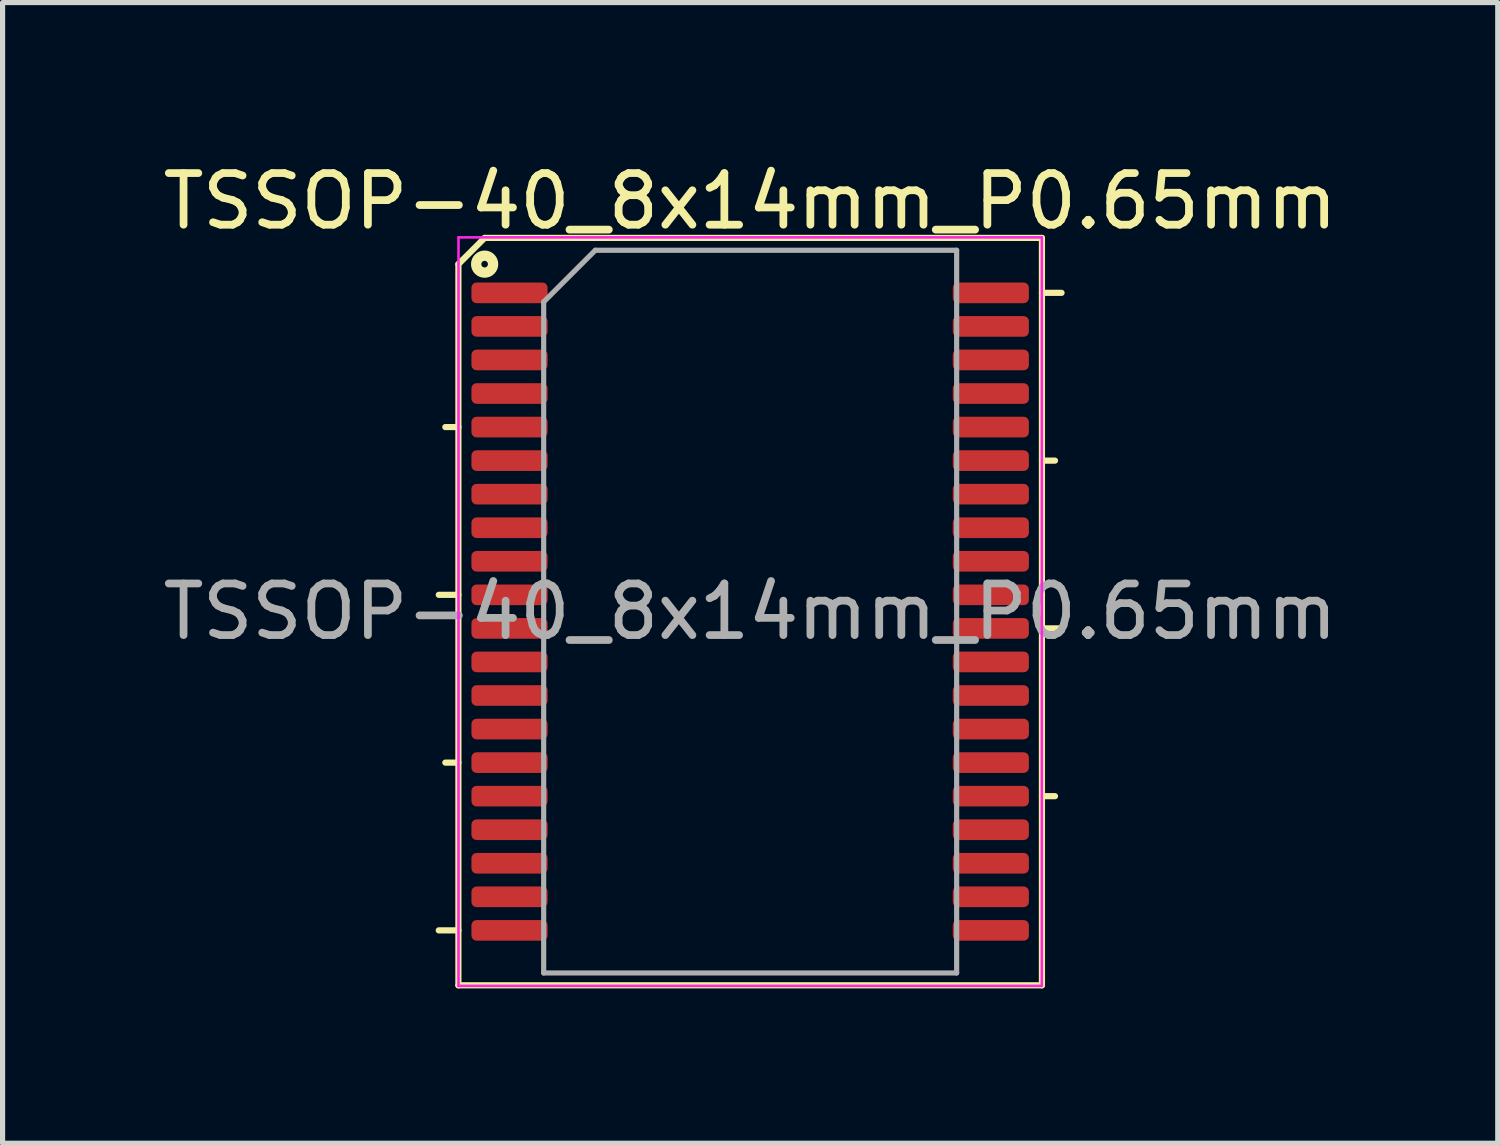
<source format=kicad_pcb>
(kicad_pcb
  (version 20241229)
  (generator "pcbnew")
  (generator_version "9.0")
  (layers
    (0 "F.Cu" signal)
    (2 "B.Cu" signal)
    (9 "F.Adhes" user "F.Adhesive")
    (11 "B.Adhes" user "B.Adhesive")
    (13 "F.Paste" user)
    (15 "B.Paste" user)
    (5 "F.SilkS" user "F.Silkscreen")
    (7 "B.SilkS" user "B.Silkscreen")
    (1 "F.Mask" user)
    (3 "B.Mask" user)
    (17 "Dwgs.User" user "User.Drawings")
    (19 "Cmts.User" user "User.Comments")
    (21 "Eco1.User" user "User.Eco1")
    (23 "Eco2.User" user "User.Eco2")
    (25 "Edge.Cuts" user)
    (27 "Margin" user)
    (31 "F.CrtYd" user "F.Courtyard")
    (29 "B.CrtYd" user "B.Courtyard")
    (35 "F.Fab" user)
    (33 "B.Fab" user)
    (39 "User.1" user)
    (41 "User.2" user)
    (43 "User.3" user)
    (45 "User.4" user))
  (footprint "TSSOP-40_8x14mm_P0.65mm"
    (layer "F.Cu")
    (at 11.482 8.798)
    (property "Reference" "TSSOP-40_8x14mm_P0.65mm" (at 0 -7.95 0) (layer "F.SilkS") (effects (font (size 1 1) (thickness 0.15))))
    (attr smd)
    (fp_line (start -5.652 -6.731) (end -5.652 7.239) (stroke (width 0.12) (type solid)) (layer "F.SilkS"))
    (fp_line (start -5.652 -6.731) (end -5.144 -7.239) (stroke (width 0.12) (type solid)) (layer "F.SilkS"))
    (fp_line (start -5.652 -3.575) (end -5.905 -3.575) (stroke (width 0.12) (type solid)) (layer "F.SilkS"))
    (fp_line (start -5.652 -0.325) (end -6.032 -0.325) (stroke (width 0.12) (type solid)) (layer "F.SilkS"))
    (fp_line (start -5.652 2.925) (end -5.905 2.925) (stroke (width 0.12) (type solid)) (layer "F.SilkS"))
    (fp_line (start -5.652 6.175) (end -6.032 6.175) (stroke (width 0.12) (type solid)) (layer "F.SilkS"))
    (fp_line (start -5.652 7.239) (end 5.652 7.239) (stroke (width 0.12) (type solid)) (layer "F.SilkS"))
    (fp_line (start 5.652 -7.239) (end -5.144 -7.239) (stroke (width 0.12) (type solid)) (layer "F.SilkS"))
    (fp_line (start 5.652 -6.175) (end 6.032 -6.175) (stroke (width 0.12) (type solid)) (layer "F.SilkS"))
    (fp_line (start 5.652 -2.925) (end 5.905 -2.925) (stroke (width 0.12) (type solid)) (layer "F.SilkS"))
    (fp_line (start 5.652 0.325) (end 6.032 0.325) (stroke (width 0.12) (type solid)) (layer "F.SilkS"))
    (fp_line (start 5.652 3.575) (end 5.905 3.575) (stroke (width 0.12) (type solid)) (layer "F.SilkS"))
    (fp_line (start 5.652 7.239) (end 5.652 -7.239) (stroke (width 0.12) (type solid)) (layer "F.SilkS"))
    (fp_circle (center -5.144 -6.731) (end -5.08 -6.731) (stroke (width 0.2) (type solid)) (fill no) (layer "F.SilkS"))
    (fp_line (start -5.65 -7.25) (end -5.65 7.25) (stroke (width 0.05) (type solid)) (layer "F.CrtYd"))
    (fp_line (start -5.65 7.25) (end 5.65 7.25) (stroke (width 0.05) (type solid)) (layer "F.CrtYd"))
    (fp_line (start 5.65 -7.25) (end -5.65 -7.25) (stroke (width 0.05) (type solid)) (layer "F.CrtYd"))
    (fp_line (start 5.65 7.25) (end 5.65 -7.25) (stroke (width 0.05) (type solid)) (layer "F.CrtYd"))
    (fp_line (start -4 -6) (end -3 -7) (stroke (width 0.1) (type solid)) (layer "F.Fab"))
    (fp_line (start -4 7) (end -4 -6) (stroke (width 0.1) (type solid)) (layer "F.Fab"))
    (fp_line (start -3 -7) (end 4 -7) (stroke (width 0.1) (type solid)) (layer "F.Fab"))
    (fp_line (start 4 -7) (end 4 7) (stroke (width 0.1) (type solid)) (layer "F.Fab"))
    (fp_line (start 4 7) (end -4 7) (stroke (width 0.1) (type solid)) (layer "F.Fab"))
    (fp_text user "${REFERENCE}" (at 0 0 0) (layer "F.Fab") (effects (font (size 1 1) (thickness 0.15))))
    (pad "1" smd roundrect (at -4.662 -6.175) (size 1.475 0.4) (layers "F.Cu" "F.Mask" "F.Paste") (roundrect_rratio 0.25))
    (pad "2" smd roundrect (at -4.662 -5.525) (size 1.475 0.4) (layers "F.Cu" "F.Mask" "F.Paste") (roundrect_rratio 0.25))
    (pad "3" smd roundrect (at -4.662 -4.875) (size 1.475 0.4) (layers "F.Cu" "F.Mask" "F.Paste") (roundrect_rratio 0.25))
    (pad "4" smd roundrect (at -4.662 -4.225) (size 1.475 0.4) (layers "F.Cu" "F.Mask" "F.Paste") (roundrect_rratio 0.25))
    (pad "5" smd roundrect (at -4.662 -3.575) (size 1.475 0.4) (layers "F.Cu" "F.Mask" "F.Paste") (roundrect_rratio 0.25))
    (pad "6" smd roundrect (at -4.662 -2.925) (size 1.475 0.4) (layers "F.Cu" "F.Mask" "F.Paste") (roundrect_rratio 0.25))
    (pad "7" smd roundrect (at -4.662 -2.275) (size 1.475 0.4) (layers "F.Cu" "F.Mask" "F.Paste") (roundrect_rratio 0.25))
    (pad "8" smd roundrect (at -4.662 -1.625) (size 1.475 0.4) (layers "F.Cu" "F.Mask" "F.Paste") (roundrect_rratio 0.25))
    (pad "9" smd roundrect (at -4.662 -0.975) (size 1.475 0.4) (layers "F.Cu" "F.Mask" "F.Paste") (roundrect_rratio 0.25))
    (pad "10" smd roundrect (at -4.662 -0.325) (size 1.475 0.4) (layers "F.Cu" "F.Mask" "F.Paste") (roundrect_rratio 0.25))
    (pad "11" smd roundrect (at -4.662 0.325) (size 1.475 0.4) (layers "F.Cu" "F.Mask" "F.Paste") (roundrect_rratio 0.25))
    (pad "12" smd roundrect (at -4.662 0.975) (size 1.475 0.4) (layers "F.Cu" "F.Mask" "F.Paste") (roundrect_rratio 0.25))
    (pad "13" smd roundrect (at -4.662 1.625) (size 1.475 0.4) (layers "F.Cu" "F.Mask" "F.Paste") (roundrect_rratio 0.25))
    (pad "14" smd roundrect (at -4.662 2.275) (size 1.475 0.4) (layers "F.Cu" "F.Mask" "F.Paste") (roundrect_rratio 0.25))
    (pad "15" smd roundrect (at -4.662 2.925) (size 1.475 0.4) (layers "F.Cu" "F.Mask" "F.Paste") (roundrect_rratio 0.25))
    (pad "16" smd roundrect (at -4.662 3.575) (size 1.475 0.4) (layers "F.Cu" "F.Mask" "F.Paste") (roundrect_rratio 0.25))
    (pad "17" smd roundrect (at -4.662 4.225) (size 1.475 0.4) (layers "F.Cu" "F.Mask" "F.Paste") (roundrect_rratio 0.25))
    (pad "18" smd roundrect (at -4.662 4.875) (size 1.475 0.4) (layers "F.Cu" "F.Mask" "F.Paste") (roundrect_rratio 0.25))
    (pad "19" smd roundrect (at -4.662 5.525) (size 1.475 0.4) (layers "F.Cu" "F.Mask" "F.Paste") (roundrect_rratio 0.25))
    (pad "20" smd roundrect (at -4.662 6.175) (size 1.475 0.4) (layers "F.Cu" "F.Mask" "F.Paste") (roundrect_rratio 0.25))
    (pad "21" smd roundrect (at 4.662 6.175) (size 1.475 0.4) (layers "F.Cu" "F.Mask" "F.Paste") (roundrect_rratio 0.25))
    (pad "22" smd roundrect (at 4.662 5.525) (size 1.475 0.4) (layers "F.Cu" "F.Mask" "F.Paste") (roundrect_rratio 0.25))
    (pad "23" smd roundrect (at 4.662 4.875) (size 1.475 0.4) (layers "F.Cu" "F.Mask" "F.Paste") (roundrect_rratio 0.25))
    (pad "24" smd roundrect (at 4.662 4.225) (size 1.475 0.4) (layers "F.Cu" "F.Mask" "F.Paste") (roundrect_rratio 0.25))
    (pad "25" smd roundrect (at 4.662 3.575) (size 1.475 0.4) (layers "F.Cu" "F.Mask" "F.Paste") (roundrect_rratio 0.25))
    (pad "26" smd roundrect (at 4.662 2.925) (size 1.475 0.4) (layers "F.Cu" "F.Mask" "F.Paste") (roundrect_rratio 0.25))
    (pad "27" smd roundrect (at 4.662 2.275) (size 1.475 0.4) (layers "F.Cu" "F.Mask" "F.Paste") (roundrect_rratio 0.25))
    (pad "28" smd roundrect (at 4.662 1.625) (size 1.475 0.4) (layers "F.Cu" "F.Mask" "F.Paste") (roundrect_rratio 0.25))
    (pad "29" smd roundrect (at 4.662 0.975) (size 1.475 0.4) (layers "F.Cu" "F.Mask" "F.Paste") (roundrect_rratio 0.25))
    (pad "30" smd roundrect (at 4.662 0.325) (size 1.475 0.4) (layers "F.Cu" "F.Mask" "F.Paste") (roundrect_rratio 0.25))
    (pad "31" smd roundrect (at 4.662 -0.325) (size 1.475 0.4) (layers "F.Cu" "F.Mask" "F.Paste") (roundrect_rratio 0.25))
    (pad "32" smd roundrect (at 4.662 -0.975) (size 1.475 0.4) (layers "F.Cu" "F.Mask" "F.Paste") (roundrect_rratio 0.25))
    (pad "33" smd roundrect (at 4.662 -1.625) (size 1.475 0.4) (layers "F.Cu" "F.Mask" "F.Paste") (roundrect_rratio 0.25))
    (pad "34" smd roundrect (at 4.662 -2.275) (size 1.475 0.4) (layers "F.Cu" "F.Mask" "F.Paste") (roundrect_rratio 0.25))
    (pad "35" smd roundrect (at 4.662 -2.925) (size 1.475 0.4) (layers "F.Cu" "F.Mask" "F.Paste") (roundrect_rratio 0.25))
    (pad "36" smd roundrect (at 4.662 -3.575) (size 1.475 0.4) (layers "F.Cu" "F.Mask" "F.Paste") (roundrect_rratio 0.25))
    (pad "37" smd roundrect (at 4.662 -4.225) (size 1.475 0.4) (layers "F.Cu" "F.Mask" "F.Paste") (roundrect_rratio 0.25))
    (pad "38" smd roundrect (at 4.662 -4.875) (size 1.475 0.4) (layers "F.Cu" "F.Mask" "F.Paste") (roundrect_rratio 0.25))
    (pad "39" smd roundrect (at 4.662 -5.525) (size 1.475 0.4) (layers "F.Cu" "F.Mask" "F.Paste") (roundrect_rratio 0.25))
    (pad "40" smd roundrect (at 4.662 -6.175) (size 1.475 0.4) (layers "F.Cu" "F.Mask" "F.Paste") (roundrect_rratio 0.25)))
  (gr_rect
    (start -3 -3)
    (end 25.964 19.097)
    (stroke (width 0.1) (type default))
    (fill no)
    (layer "Edge.Cuts")))
</source>
